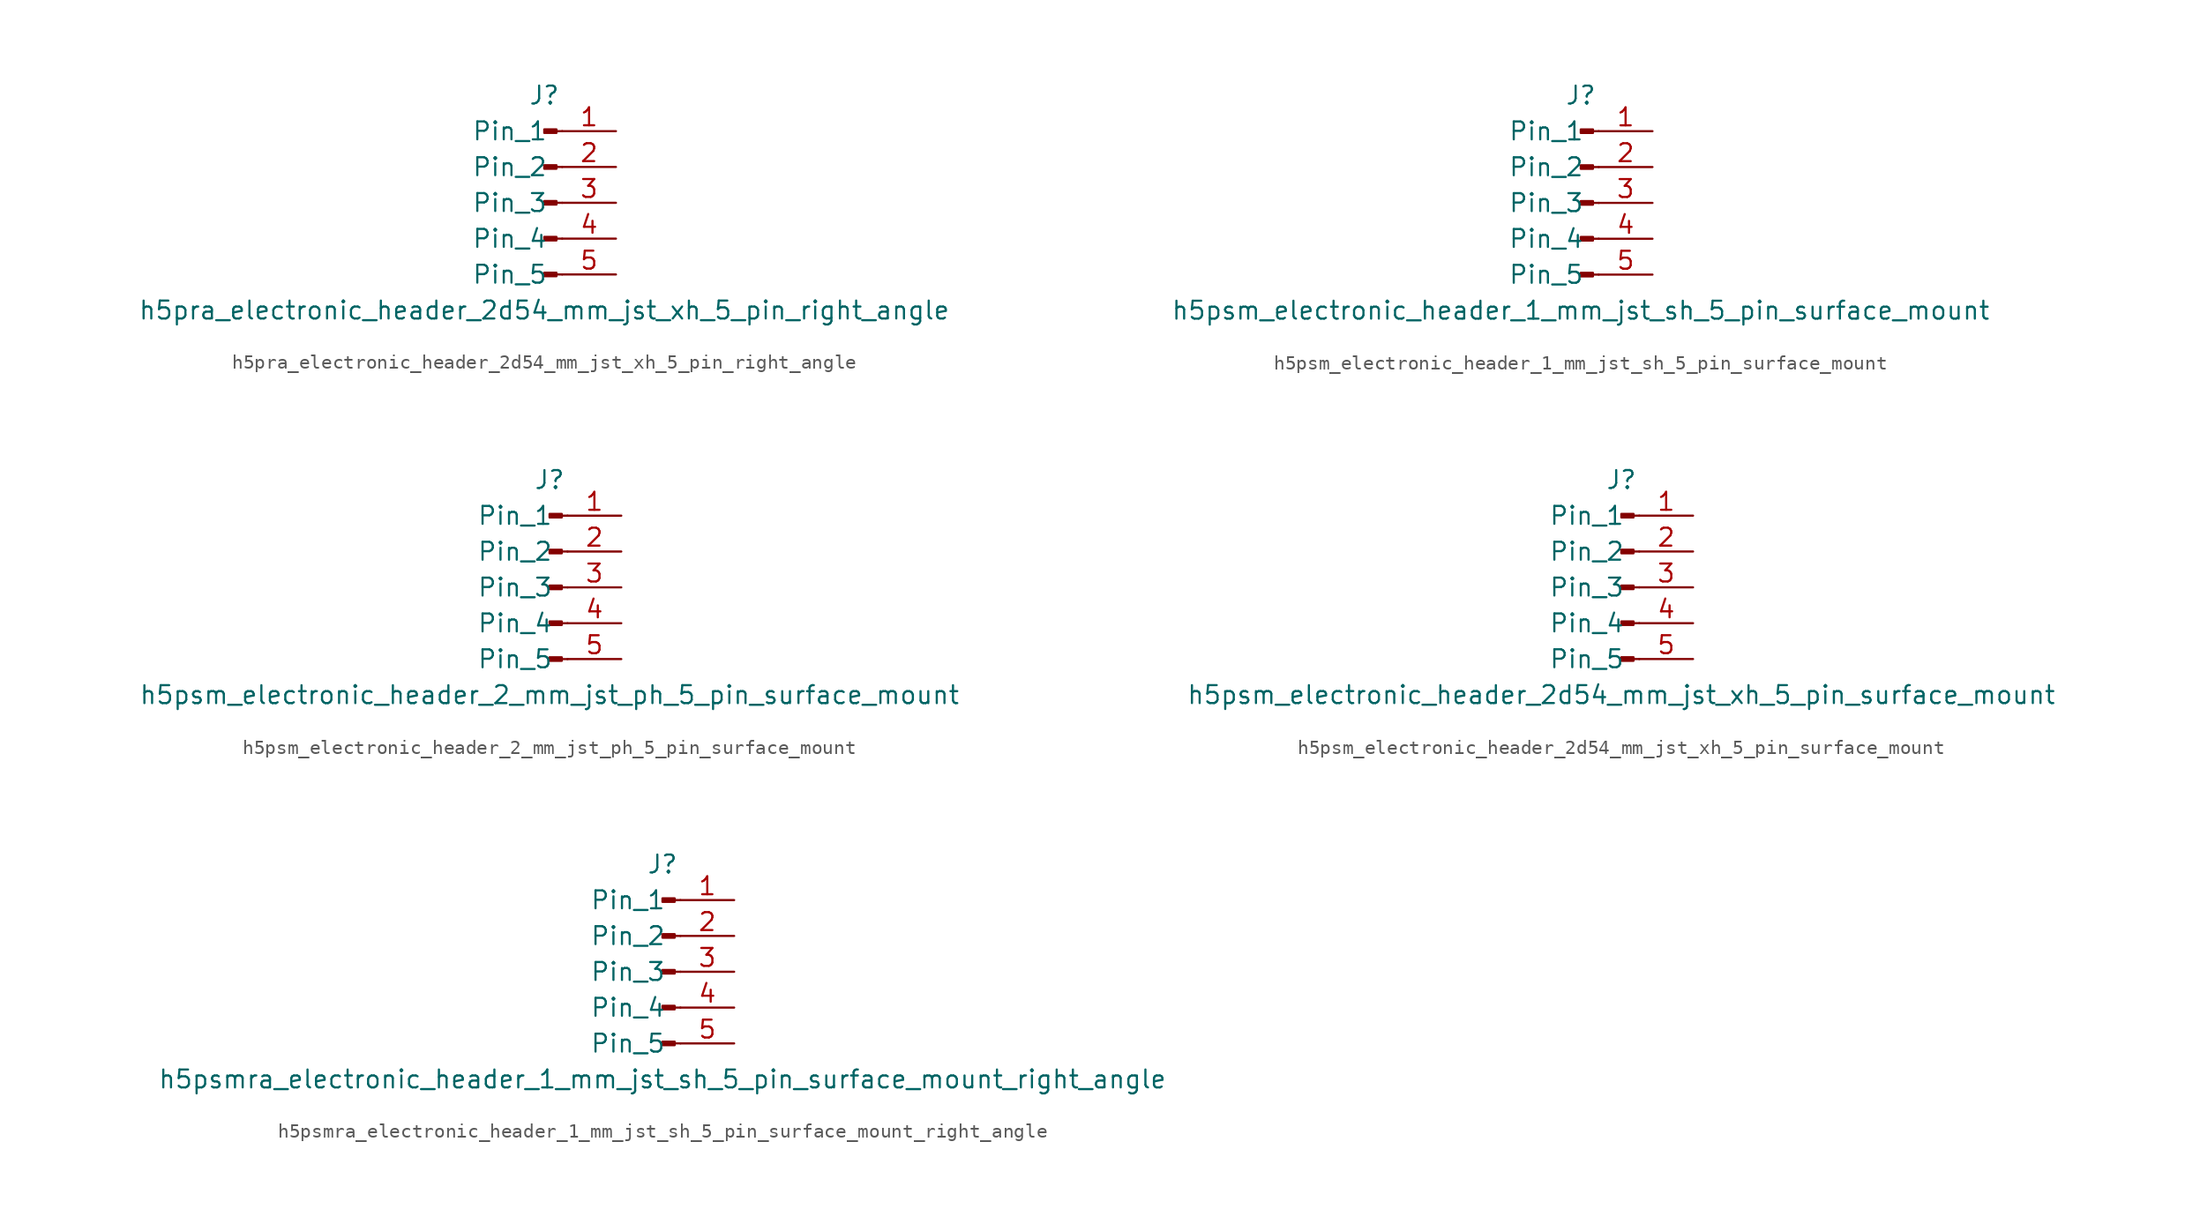
<source format=kicad_sym>
(kicad_symbol_lib
  (version 20220914)
  (generator kicad_symbol_editor)
  (symbol "h5pra_electronic_header_2d54_mm_jst_xh_5_pin_right_angle"
    (pin_names
      (offset 1.016))
    (property "Reference" "J"
      (at 0 7.62 0)
      (effects (font (size 1.27 1.27))))
    (property "Value" "h5pra_electronic_header_2d54_mm_jst_xh_5_pin_right_angle"
      (at 0 -7.62 0)
      (effects (font (size 1.27 1.27))))
    (property "ki_locked" ""
      (at 0 0 0)
      (effects (font (size 1.27 1.27))))
    (symbol "h5pra_electronic_header_2d54_mm_jst_xh_5_pin_right_angle_1_1"
      (polyline (pts (xy 1.27 -5.08) (xy 0.864 -5.08)) (stroke (width 0.152) (type default)) (fill (type none)))
      (polyline (pts (xy 1.27 -2.54) (xy 0.864 -2.54)) (stroke (width 0.152) (type default)) (fill (type none)))
      (polyline (pts (xy 1.27 0) (xy 0.864 0)) (stroke (width 0.152) (type default)) (fill (type none)))
      (polyline (pts (xy 1.27 2.54) (xy 0.864 2.54)) (stroke (width 0.152) (type default)) (fill (type none)))
      (polyline (pts (xy 1.27 5.08) (xy 0.864 5.08)) (stroke (width 0.152) (type default)) (fill (type none)))
      (rectangle (start 0.864 -4.953) (end 0 -5.207) (stroke (width 0.152) (type default)) (fill (type outline)))
      (rectangle (start 0.864 -2.413) (end 0 -2.667) (stroke (width 0.152) (type default)) (fill (type outline)))
      (rectangle (start 0.864 0.127) (end 0 -0.127) (stroke (width 0.152) (type default)) (fill (type outline)))
      (rectangle (start 0.864 2.667) (end 0 2.413) (stroke (width 0.152) (type default)) (fill (type outline)))
      (rectangle (start 0.864 5.207) (end 0 4.953) (stroke (width 0.152) (type default)) (fill (type outline)))
      (pin passive line (at 5.08 5.08 180) (length 3.81) (name "Pin_1" (effects (font (size 1.27 1.27)))) (number "1" (effects (font (size 1.27 1.27)))))
      (pin passive line (at 5.08 2.54 180) (length 3.81) (name "Pin_2" (effects (font (size 1.27 1.27)))) (number "2" (effects (font (size 1.27 1.27)))))
      (pin passive line (at 5.08 0 180) (length 3.81) (name "Pin_3" (effects (font (size 1.27 1.27)))) (number "3" (effects (font (size 1.27 1.27)))))
      (pin passive line (at 5.08 -2.54 180) (length 3.81) (name "Pin_4" (effects (font (size 1.27 1.27)))) (number "4" (effects (font (size 1.27 1.27)))))
      (pin passive line (at 5.08 -5.08 180) (length 3.81) (name "Pin_5" (effects (font (size 1.27 1.27)))) (number "5" (effects (font (size 1.27 1.27)))))))
  (symbol "h5psm_electronic_header_1_mm_jst_sh_5_pin_surface_mount"
    (pin_names
      (offset 1.016))
    (property "Reference" "J"
      (at 0 7.62 0)
      (effects (font (size 1.27 1.27))))
    (property "Value" "h5psm_electronic_header_1_mm_jst_sh_5_pin_surface_mount"
      (at 0 -7.62 0)
      (effects (font (size 1.27 1.27))))
    (property "ki_locked" ""
      (at 0 0 0)
      (effects (font (size 1.27 1.27))))
    (symbol "h5psm_electronic_header_1_mm_jst_sh_5_pin_surface_mount_1_1"
      (polyline (pts (xy 1.27 -5.08) (xy 0.864 -5.08)) (stroke (width 0.152) (type default)) (fill (type none)))
      (polyline (pts (xy 1.27 -2.54) (xy 0.864 -2.54)) (stroke (width 0.152) (type default)) (fill (type none)))
      (polyline (pts (xy 1.27 0) (xy 0.864 0)) (stroke (width 0.152) (type default)) (fill (type none)))
      (polyline (pts (xy 1.27 2.54) (xy 0.864 2.54)) (stroke (width 0.152) (type default)) (fill (type none)))
      (polyline (pts (xy 1.27 5.08) (xy 0.864 5.08)) (stroke (width 0.152) (type default)) (fill (type none)))
      (rectangle (start 0.864 -4.953) (end 0 -5.207) (stroke (width 0.152) (type default)) (fill (type outline)))
      (rectangle (start 0.864 -2.413) (end 0 -2.667) (stroke (width 0.152) (type default)) (fill (type outline)))
      (rectangle (start 0.864 0.127) (end 0 -0.127) (stroke (width 0.152) (type default)) (fill (type outline)))
      (rectangle (start 0.864 2.667) (end 0 2.413) (stroke (width 0.152) (type default)) (fill (type outline)))
      (rectangle (start 0.864 5.207) (end 0 4.953) (stroke (width 0.152) (type default)) (fill (type outline)))
      (pin passive line (at 5.08 5.08 180) (length 3.81) (name "Pin_1" (effects (font (size 1.27 1.27)))) (number "1" (effects (font (size 1.27 1.27)))))
      (pin passive line (at 5.08 2.54 180) (length 3.81) (name "Pin_2" (effects (font (size 1.27 1.27)))) (number "2" (effects (font (size 1.27 1.27)))))
      (pin passive line (at 5.08 0 180) (length 3.81) (name "Pin_3" (effects (font (size 1.27 1.27)))) (number "3" (effects (font (size 1.27 1.27)))))
      (pin passive line (at 5.08 -2.54 180) (length 3.81) (name "Pin_4" (effects (font (size 1.27 1.27)))) (number "4" (effects (font (size 1.27 1.27)))))
      (pin passive line (at 5.08 -5.08 180) (length 3.81) (name "Pin_5" (effects (font (size 1.27 1.27)))) (number "5" (effects (font (size 1.27 1.27)))))))
  (symbol "h5psm_electronic_header_2_mm_jst_ph_5_pin_surface_mount"
    (pin_names
      (offset 1.016))
    (property "Reference" "J"
      (at 0 7.62 0)
      (effects (font (size 1.27 1.27))))
    (property "Value" "h5psm_electronic_header_2_mm_jst_ph_5_pin_surface_mount"
      (at 0 -7.62 0)
      (effects (font (size 1.27 1.27))))
    (property "ki_locked" ""
      (at 0 0 0)
      (effects (font (size 1.27 1.27))))
    (symbol "h5psm_electronic_header_2_mm_jst_ph_5_pin_surface_mount_1_1"
      (polyline (pts (xy 1.27 -5.08) (xy 0.864 -5.08)) (stroke (width 0.152) (type default)) (fill (type none)))
      (polyline (pts (xy 1.27 -2.54) (xy 0.864 -2.54)) (stroke (width 0.152) (type default)) (fill (type none)))
      (polyline (pts (xy 1.27 0) (xy 0.864 0)) (stroke (width 0.152) (type default)) (fill (type none)))
      (polyline (pts (xy 1.27 2.54) (xy 0.864 2.54)) (stroke (width 0.152) (type default)) (fill (type none)))
      (polyline (pts (xy 1.27 5.08) (xy 0.864 5.08)) (stroke (width 0.152) (type default)) (fill (type none)))
      (rectangle (start 0.864 -4.953) (end 0 -5.207) (stroke (width 0.152) (type default)) (fill (type outline)))
      (rectangle (start 0.864 -2.413) (end 0 -2.667) (stroke (width 0.152) (type default)) (fill (type outline)))
      (rectangle (start 0.864 0.127) (end 0 -0.127) (stroke (width 0.152) (type default)) (fill (type outline)))
      (rectangle (start 0.864 2.667) (end 0 2.413) (stroke (width 0.152) (type default)) (fill (type outline)))
      (rectangle (start 0.864 5.207) (end 0 4.953) (stroke (width 0.152) (type default)) (fill (type outline)))
      (pin passive line (at 5.08 5.08 180) (length 3.81) (name "Pin_1" (effects (font (size 1.27 1.27)))) (number "1" (effects (font (size 1.27 1.27)))))
      (pin passive line (at 5.08 2.54 180) (length 3.81) (name "Pin_2" (effects (font (size 1.27 1.27)))) (number "2" (effects (font (size 1.27 1.27)))))
      (pin passive line (at 5.08 0 180) (length 3.81) (name "Pin_3" (effects (font (size 1.27 1.27)))) (number "3" (effects (font (size 1.27 1.27)))))
      (pin passive line (at 5.08 -2.54 180) (length 3.81) (name "Pin_4" (effects (font (size 1.27 1.27)))) (number "4" (effects (font (size 1.27 1.27)))))
      (pin passive line (at 5.08 -5.08 180) (length 3.81) (name "Pin_5" (effects (font (size 1.27 1.27)))) (number "5" (effects (font (size 1.27 1.27)))))))
  (symbol "h5psm_electronic_header_2d54_mm_jst_xh_5_pin_surface_mount"
    (pin_names
      (offset 1.016))
    (property "Reference" "J"
      (at 0 7.62 0)
      (effects (font (size 1.27 1.27))))
    (property "Value" "h5psm_electronic_header_2d54_mm_jst_xh_5_pin_surface_mount"
      (at 0 -7.62 0)
      (effects (font (size 1.27 1.27))))
    (property "ki_locked" ""
      (at 0 0 0)
      (effects (font (size 1.27 1.27))))
    (symbol "h5psm_electronic_header_2d54_mm_jst_xh_5_pin_surface_mount_1_1"
      (polyline (pts (xy 1.27 -5.08) (xy 0.864 -5.08)) (stroke (width 0.152) (type default)) (fill (type none)))
      (polyline (pts (xy 1.27 -2.54) (xy 0.864 -2.54)) (stroke (width 0.152) (type default)) (fill (type none)))
      (polyline (pts (xy 1.27 0) (xy 0.864 0)) (stroke (width 0.152) (type default)) (fill (type none)))
      (polyline (pts (xy 1.27 2.54) (xy 0.864 2.54)) (stroke (width 0.152) (type default)) (fill (type none)))
      (polyline (pts (xy 1.27 5.08) (xy 0.864 5.08)) (stroke (width 0.152) (type default)) (fill (type none)))
      (rectangle (start 0.864 -4.953) (end 0 -5.207) (stroke (width 0.152) (type default)) (fill (type outline)))
      (rectangle (start 0.864 -2.413) (end 0 -2.667) (stroke (width 0.152) (type default)) (fill (type outline)))
      (rectangle (start 0.864 0.127) (end 0 -0.127) (stroke (width 0.152) (type default)) (fill (type outline)))
      (rectangle (start 0.864 2.667) (end 0 2.413) (stroke (width 0.152) (type default)) (fill (type outline)))
      (rectangle (start 0.864 5.207) (end 0 4.953) (stroke (width 0.152) (type default)) (fill (type outline)))
      (pin passive line (at 5.08 5.08 180) (length 3.81) (name "Pin_1" (effects (font (size 1.27 1.27)))) (number "1" (effects (font (size 1.27 1.27)))))
      (pin passive line (at 5.08 2.54 180) (length 3.81) (name "Pin_2" (effects (font (size 1.27 1.27)))) (number "2" (effects (font (size 1.27 1.27)))))
      (pin passive line (at 5.08 0 180) (length 3.81) (name "Pin_3" (effects (font (size 1.27 1.27)))) (number "3" (effects (font (size 1.27 1.27)))))
      (pin passive line (at 5.08 -2.54 180) (length 3.81) (name "Pin_4" (effects (font (size 1.27 1.27)))) (number "4" (effects (font (size 1.27 1.27)))))
      (pin passive line (at 5.08 -5.08 180) (length 3.81) (name "Pin_5" (effects (font (size 1.27 1.27)))) (number "5" (effects (font (size 1.27 1.27)))))))
  (symbol "h5psmra_electronic_header_1_mm_jst_sh_5_pin_surface_mount_right_angle"
    (pin_names
      (offset 1.016))
    (property "Reference" "J"
      (at 0 7.62 0)
      (effects (font (size 1.27 1.27))))
    (property "Value" "h5psmra_electronic_header_1_mm_jst_sh_5_pin_surface_mount_right_angle"
      (at 0 -7.62 0)
      (effects (font (size 1.27 1.27))))
    (property "ki_locked" ""
      (at 0 0 0)
      (effects (font (size 1.27 1.27))))
    (symbol "h5psmra_electronic_header_1_mm_jst_sh_5_pin_surface_mount_right_angle_1_1"
      (polyline (pts (xy 1.27 -5.08) (xy 0.864 -5.08)) (stroke (width 0.152) (type default)) (fill (type none)))
      (polyline (pts (xy 1.27 -2.54) (xy 0.864 -2.54)) (stroke (width 0.152) (type default)) (fill (type none)))
      (polyline (pts (xy 1.27 0) (xy 0.864 0)) (stroke (width 0.152) (type default)) (fill (type none)))
      (polyline (pts (xy 1.27 2.54) (xy 0.864 2.54)) (stroke (width 0.152) (type default)) (fill (type none)))
      (polyline (pts (xy 1.27 5.08) (xy 0.864 5.08)) (stroke (width 0.152) (type default)) (fill (type none)))
      (rectangle (start 0.864 -4.953) (end 0 -5.207) (stroke (width 0.152) (type default)) (fill (type outline)))
      (rectangle (start 0.864 -2.413) (end 0 -2.667) (stroke (width 0.152) (type default)) (fill (type outline)))
      (rectangle (start 0.864 0.127) (end 0 -0.127) (stroke (width 0.152) (type default)) (fill (type outline)))
      (rectangle (start 0.864 2.667) (end 0 2.413) (stroke (width 0.152) (type default)) (fill (type outline)))
      (rectangle (start 0.864 5.207) (end 0 4.953) (stroke (width 0.152) (type default)) (fill (type outline)))
      (pin passive line (at 5.08 5.08 180) (length 3.81) (name "Pin_1" (effects (font (size 1.27 1.27)))) (number "1" (effects (font (size 1.27 1.27)))))
      (pin passive line (at 5.08 2.54 180) (length 3.81) (name "Pin_2" (effects (font (size 1.27 1.27)))) (number "2" (effects (font (size 1.27 1.27)))))
      (pin passive line (at 5.08 0 180) (length 3.81) (name "Pin_3" (effects (font (size 1.27 1.27)))) (number "3" (effects (font (size 1.27 1.27)))))
      (pin passive line (at 5.08 -2.54 180) (length 3.81) (name "Pin_4" (effects (font (size 1.27 1.27)))) (number "4" (effects (font (size 1.27 1.27)))))
      (pin passive line (at 5.08 -5.08 180) (length 3.81) (name "Pin_5" (effects (font (size 1.27 1.27)))) (number "5" (effects (font (size 1.27 1.27))))))))
</source>
